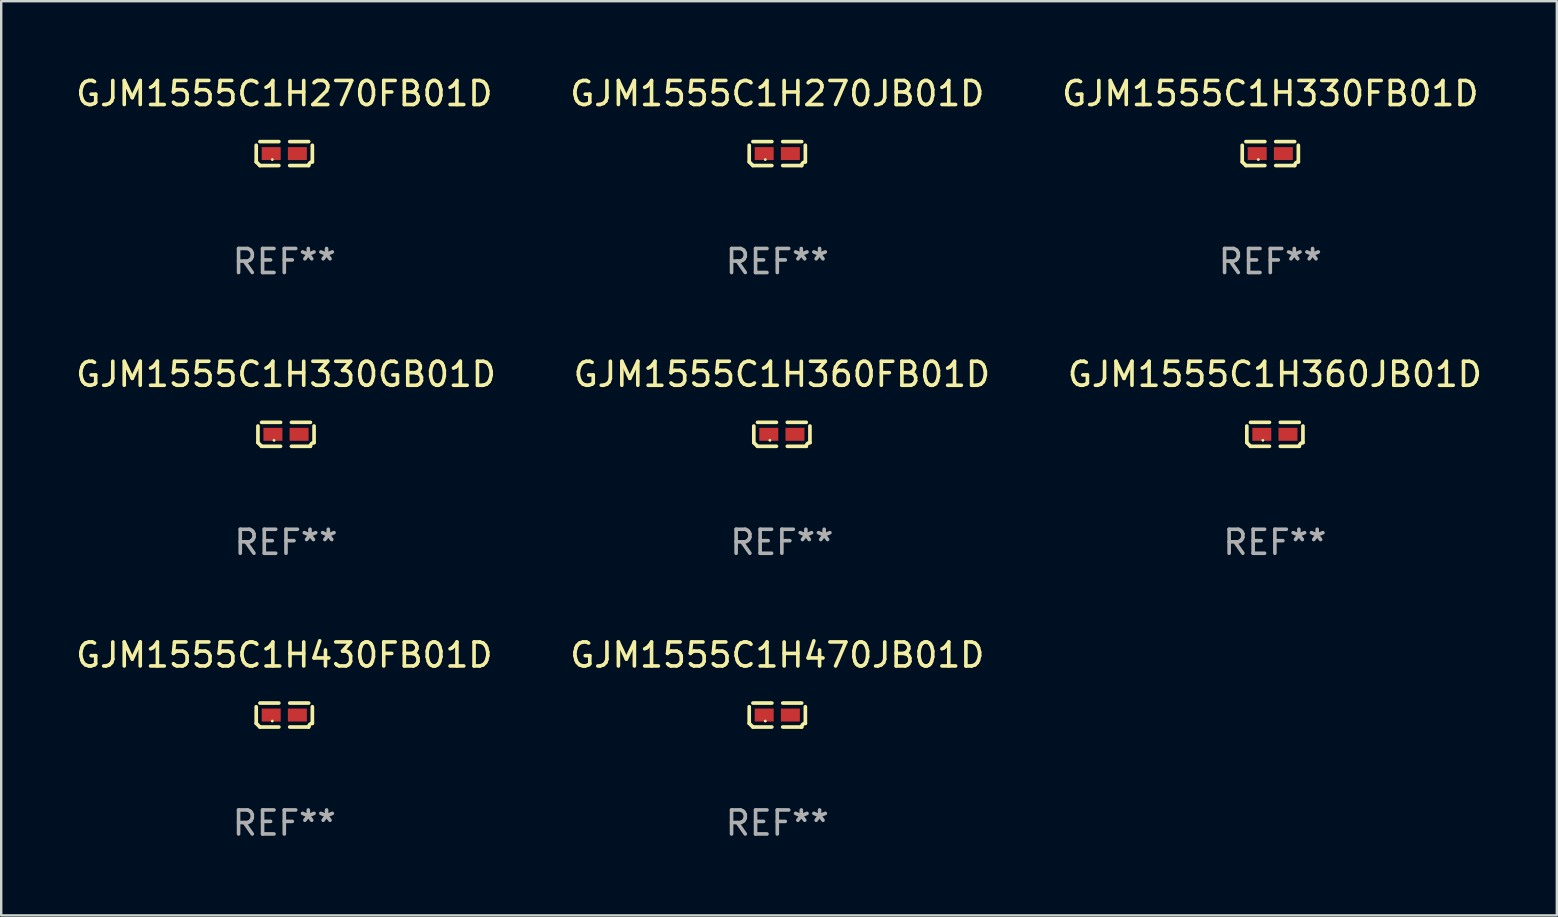
<source format=kicad_pcb>
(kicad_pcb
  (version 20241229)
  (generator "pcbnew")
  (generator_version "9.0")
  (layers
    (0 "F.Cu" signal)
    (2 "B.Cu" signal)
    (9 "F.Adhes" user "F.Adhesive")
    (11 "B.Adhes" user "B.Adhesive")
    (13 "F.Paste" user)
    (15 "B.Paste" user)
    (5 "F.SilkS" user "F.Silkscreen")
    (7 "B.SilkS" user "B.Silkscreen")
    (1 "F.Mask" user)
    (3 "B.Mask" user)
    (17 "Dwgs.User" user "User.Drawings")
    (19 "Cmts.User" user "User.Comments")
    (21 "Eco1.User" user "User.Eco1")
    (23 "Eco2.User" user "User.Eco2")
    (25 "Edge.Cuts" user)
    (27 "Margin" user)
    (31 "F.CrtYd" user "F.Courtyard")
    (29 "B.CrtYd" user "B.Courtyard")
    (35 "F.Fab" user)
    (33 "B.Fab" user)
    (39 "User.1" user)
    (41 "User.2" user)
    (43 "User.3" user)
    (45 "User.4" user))
  (footprint "GJM1555C1H470JB01D"
    (layer "F.Cu")
    (at 29.327 26.734)
    (property "Reference" "GJM1555C1H470JB01D" (at 0 -2.499 0) (layer "F.SilkS") (effects (font (size 1 1) (thickness 0.15))))
    (attr through_hole)
    (fp_line (start -1.169 0.346) (end -1.169 -0.346) (stroke (width 0.152) (type solid)) (layer "F.SilkS"))
    (fp_line (start -1.016 -0.499) (end -0.226 -0.499) (stroke (width 0.152) (type solid)) (layer "F.SilkS"))
    (fp_line (start -0.226 0.499) (end -1.016 0.499) (stroke (width 0.152) (type solid)) (layer "F.SilkS"))
    (fp_line (start 0.226 0.499) (end 1.016 0.499) (stroke (width 0.152) (type solid)) (layer "F.SilkS"))
    (fp_line (start 1.016 -0.499) (end 0.226 -0.499) (stroke (width 0.152) (type solid)) (layer "F.SilkS"))
    (fp_line (start 1.169 0.346) (end 1.169 -0.346) (stroke (width 0.152) (type solid)) (layer "F.SilkS"))
    (fp_arc (start -1.016307 0.498603) (mid -1.092512 0.422405) (end -1.16871 0.3462) (stroke (width 0.1524) (type solid)) (layer "F.SilkS"))
    (fp_arc (start 1.016307 0.498603) (mid 1.060899 0.390758) (end 1.168707 0.346076) (stroke (width 0.1524) (type solid)) (layer "F.SilkS"))
    (fp_circle (center -0.5 0.25) (end -0.47 0.25) (stroke (width 0.06) (type solid)) (fill no) (layer "F.SilkS"))
    (fp_text user "REF**" (at 0 4.499 0) (layer "F.Fab") (effects (font (size 1 1) (thickness 0.15))))
    (pad "1" smd rect (at -0.545 0) (size 0.79 0.54) (layers "F.Cu" "F.Mask" "F.Paste"))
    (pad "2" smd rect (at 0.545 0) (size 0.79 0.54) (layers "F.Cu" "F.Mask" "F.Paste")))
  (footprint "GJM1555C1H330GB01D"
    (layer "F.Cu")
    (at 8.863 15.041)
    (property "Reference" "GJM1555C1H330GB01D" (at 0 -2.499 0) (layer "F.SilkS") (effects (font (size 1 1) (thickness 0.15))))
    (attr through_hole)
    (fp_line (start -1.169 0.346) (end -1.169 -0.346) (stroke (width 0.152) (type solid)) (layer "F.SilkS"))
    (fp_line (start -1.016 -0.499) (end -0.226 -0.499) (stroke (width 0.152) (type solid)) (layer "F.SilkS"))
    (fp_line (start -0.226 0.499) (end -1.016 0.499) (stroke (width 0.152) (type solid)) (layer "F.SilkS"))
    (fp_line (start 0.226 0.499) (end 1.016 0.499) (stroke (width 0.152) (type solid)) (layer "F.SilkS"))
    (fp_line (start 1.016 -0.499) (end 0.226 -0.499) (stroke (width 0.152) (type solid)) (layer "F.SilkS"))
    (fp_line (start 1.169 0.346) (end 1.169 -0.346) (stroke (width 0.152) (type solid)) (layer "F.SilkS"))
    (fp_arc (start -1.016307 0.498603) (mid -1.092512 0.422405) (end -1.16871 0.3462) (stroke (width 0.1524) (type solid)) (layer "F.SilkS"))
    (fp_arc (start 1.016307 0.498603) (mid 1.060899 0.390758) (end 1.168707 0.346076) (stroke (width 0.1524) (type solid)) (layer "F.SilkS"))
    (fp_circle (center -0.5 0.25) (end -0.47 0.25) (stroke (width 0.06) (type solid)) (fill no) (layer "F.SilkS"))
    (fp_text user "REF**" (at 0 4.499 0) (layer "F.Fab") (effects (font (size 1 1) (thickness 0.15))))
    (pad "1" smd rect (at -0.545 0) (size 0.79 0.54) (layers "F.Cu" "F.Mask" "F.Paste"))
    (pad "2" smd rect (at 0.545 0) (size 0.79 0.54) (layers "F.Cu" "F.Mask" "F.Paste")))
  (footprint "GJM1555C1H270FB01D"
    (layer "F.Cu")
    (at 8.792 3.347)
    (property "Reference" "GJM1555C1H270FB01D" (at 0 -2.499 0) (layer "F.SilkS") (effects (font (size 1 1) (thickness 0.15))))
    (attr through_hole)
    (fp_line (start -1.169 0.346) (end -1.169 -0.346) (stroke (width 0.152) (type solid)) (layer "F.SilkS"))
    (fp_line (start -1.016 -0.499) (end -0.226 -0.499) (stroke (width 0.152) (type solid)) (layer "F.SilkS"))
    (fp_line (start -0.226 0.499) (end -1.016 0.499) (stroke (width 0.152) (type solid)) (layer "F.SilkS"))
    (fp_line (start 0.226 0.499) (end 1.016 0.499) (stroke (width 0.152) (type solid)) (layer "F.SilkS"))
    (fp_line (start 1.016 -0.499) (end 0.226 -0.499) (stroke (width 0.152) (type solid)) (layer "F.SilkS"))
    (fp_line (start 1.169 0.346) (end 1.169 -0.346) (stroke (width 0.152) (type solid)) (layer "F.SilkS"))
    (fp_arc (start -1.016307 0.498603) (mid -1.092512 0.422405) (end -1.16871 0.3462) (stroke (width 0.1524) (type solid)) (layer "F.SilkS"))
    (fp_arc (start 1.016307 0.498603) (mid 1.060899 0.390758) (end 1.168707 0.346076) (stroke (width 0.1524) (type solid)) (layer "F.SilkS"))
    (fp_circle (center -0.5 0.25) (end -0.47 0.25) (stroke (width 0.06) (type solid)) (fill no) (layer "F.SilkS"))
    (fp_text user "REF**" (at 0 4.499 0) (layer "F.Fab") (effects (font (size 1 1) (thickness 0.15))))
    (pad "1" smd rect (at -0.545 0) (size 0.79 0.54) (layers "F.Cu" "F.Mask" "F.Paste"))
    (pad "2" smd rect (at 0.545 0) (size 0.79 0.54) (layers "F.Cu" "F.Mask" "F.Paste")))
  (footprint "GJM1555C1H360FB01D"
    (layer "F.Cu")
    (at 29.518 15.041)
    (property "Reference" "GJM1555C1H360FB01D" (at 0 -2.499 0) (layer "F.SilkS") (effects (font (size 1 1) (thickness 0.15))))
    (attr through_hole)
    (fp_line (start -1.169 0.346) (end -1.169 -0.346) (stroke (width 0.152) (type solid)) (layer "F.SilkS"))
    (fp_line (start -1.016 -0.499) (end -0.226 -0.499) (stroke (width 0.152) (type solid)) (layer "F.SilkS"))
    (fp_line (start -0.226 0.499) (end -1.016 0.499) (stroke (width 0.152) (type solid)) (layer "F.SilkS"))
    (fp_line (start 0.226 0.499) (end 1.016 0.499) (stroke (width 0.152) (type solid)) (layer "F.SilkS"))
    (fp_line (start 1.016 -0.499) (end 0.226 -0.499) (stroke (width 0.152) (type solid)) (layer "F.SilkS"))
    (fp_line (start 1.169 0.346) (end 1.169 -0.346) (stroke (width 0.152) (type solid)) (layer "F.SilkS"))
    (fp_arc (start -1.016307 0.498603) (mid -1.092512 0.422405) (end -1.16871 0.3462) (stroke (width 0.1524) (type solid)) (layer "F.SilkS"))
    (fp_arc (start 1.016307 0.498603) (mid 1.060899 0.390758) (end 1.168707 0.346076) (stroke (width 0.1524) (type solid)) (layer "F.SilkS"))
    (fp_circle (center -0.5 0.25) (end -0.47 0.25) (stroke (width 0.06) (type solid)) (fill no) (layer "F.SilkS"))
    (fp_text user "REF**" (at 0 4.499 0) (layer "F.Fab") (effects (font (size 1 1) (thickness 0.15))))
    (pad "1" smd rect (at -0.545 0) (size 0.79 0.54) (layers "F.Cu" "F.Mask" "F.Paste"))
    (pad "2" smd rect (at 0.545 0) (size 0.79 0.54) (layers "F.Cu" "F.Mask" "F.Paste")))
  (footprint "GJM1555C1H430FB01D"
    (layer "F.Cu")
    (at 8.792 26.734)
    (property "Reference" "GJM1555C1H430FB01D" (at 0 -2.499 0) (layer "F.SilkS") (effects (font (size 1 1) (thickness 0.15))))
    (attr through_hole)
    (fp_line (start -1.169 0.346) (end -1.169 -0.346) (stroke (width 0.152) (type solid)) (layer "F.SilkS"))
    (fp_line (start -1.016 -0.499) (end -0.226 -0.499) (stroke (width 0.152) (type solid)) (layer "F.SilkS"))
    (fp_line (start -0.226 0.499) (end -1.016 0.499) (stroke (width 0.152) (type solid)) (layer "F.SilkS"))
    (fp_line (start 0.226 0.499) (end 1.016 0.499) (stroke (width 0.152) (type solid)) (layer "F.SilkS"))
    (fp_line (start 1.016 -0.499) (end 0.226 -0.499) (stroke (width 0.152) (type solid)) (layer "F.SilkS"))
    (fp_line (start 1.169 0.346) (end 1.169 -0.346) (stroke (width 0.152) (type solid)) (layer "F.SilkS"))
    (fp_arc (start -1.016307 0.498603) (mid -1.092512 0.422405) (end -1.16871 0.3462) (stroke (width 0.1524) (type solid)) (layer "F.SilkS"))
    (fp_arc (start 1.016307 0.498603) (mid 1.060899 0.390758) (end 1.168707 0.346076) (stroke (width 0.1524) (type solid)) (layer "F.SilkS"))
    (fp_circle (center -0.5 0.25) (end -0.47 0.25) (stroke (width 0.06) (type solid)) (fill no) (layer "F.SilkS"))
    (fp_text user "REF**" (at 0 4.499 0) (layer "F.Fab") (effects (font (size 1 1) (thickness 0.15))))
    (pad "1" smd rect (at -0.545 0) (size 0.79 0.54) (layers "F.Cu" "F.Mask" "F.Paste"))
    (pad "2" smd rect (at 0.545 0) (size 0.79 0.54) (layers "F.Cu" "F.Mask" "F.Paste")))
  (footprint "GJM1555C1H270JB01D"
    (layer "F.Cu")
    (at 29.327 3.347)
    (property "Reference" "GJM1555C1H270JB01D" (at 0 -2.499 0) (layer "F.SilkS") (effects (font (size 1 1) (thickness 0.15))))
    (attr through_hole)
    (fp_line (start -1.169 0.346) (end -1.169 -0.346) (stroke (width 0.152) (type solid)) (layer "F.SilkS"))
    (fp_line (start -1.016 -0.499) (end -0.226 -0.499) (stroke (width 0.152) (type solid)) (layer "F.SilkS"))
    (fp_line (start -0.226 0.499) (end -1.016 0.499) (stroke (width 0.152) (type solid)) (layer "F.SilkS"))
    (fp_line (start 0.226 0.499) (end 1.016 0.499) (stroke (width 0.152) (type solid)) (layer "F.SilkS"))
    (fp_line (start 1.016 -0.499) (end 0.226 -0.499) (stroke (width 0.152) (type solid)) (layer "F.SilkS"))
    (fp_line (start 1.169 0.346) (end 1.169 -0.346) (stroke (width 0.152) (type solid)) (layer "F.SilkS"))
    (fp_arc (start -1.016307 0.498603) (mid -1.092512 0.422405) (end -1.16871 0.3462) (stroke (width 0.1524) (type solid)) (layer "F.SilkS"))
    (fp_arc (start 1.016307 0.498603) (mid 1.060899 0.390758) (end 1.168707 0.346076) (stroke (width 0.1524) (type solid)) (layer "F.SilkS"))
    (fp_circle (center -0.5 0.25) (end -0.47 0.25) (stroke (width 0.06) (type solid)) (fill no) (layer "F.SilkS"))
    (fp_text user "REF**" (at 0 4.499 0) (layer "F.Fab") (effects (font (size 1 1) (thickness 0.15))))
    (pad "1" smd rect (at -0.545 0) (size 0.79 0.54) (layers "F.Cu" "F.Mask" "F.Paste"))
    (pad "2" smd rect (at 0.545 0) (size 0.79 0.54) (layers "F.Cu" "F.Mask" "F.Paste")))
  (footprint "GJM1555C1H360JB01D"
    (layer "F.Cu")
    (at 50.054 15.041)
    (property "Reference" "GJM1555C1H360JB01D" (at 0 -2.499 0) (layer "F.SilkS") (effects (font (size 1 1) (thickness 0.15))))
    (attr through_hole)
    (fp_line (start -1.169 0.346) (end -1.169 -0.346) (stroke (width 0.152) (type solid)) (layer "F.SilkS"))
    (fp_line (start -1.016 -0.499) (end -0.226 -0.499) (stroke (width 0.152) (type solid)) (layer "F.SilkS"))
    (fp_line (start -0.226 0.499) (end -1.016 0.499) (stroke (width 0.152) (type solid)) (layer "F.SilkS"))
    (fp_line (start 0.226 0.499) (end 1.016 0.499) (stroke (width 0.152) (type solid)) (layer "F.SilkS"))
    (fp_line (start 1.016 -0.499) (end 0.226 -0.499) (stroke (width 0.152) (type solid)) (layer "F.SilkS"))
    (fp_line (start 1.169 0.346) (end 1.169 -0.346) (stroke (width 0.152) (type solid)) (layer "F.SilkS"))
    (fp_arc (start -1.016307 0.498603) (mid -1.092512 0.422405) (end -1.16871 0.3462) (stroke (width 0.1524) (type solid)) (layer "F.SilkS"))
    (fp_arc (start 1.016307 0.498603) (mid 1.060899 0.390758) (end 1.168707 0.346076) (stroke (width 0.1524) (type solid)) (layer "F.SilkS"))
    (fp_circle (center -0.5 0.25) (end -0.47 0.25) (stroke (width 0.06) (type solid)) (fill no) (layer "F.SilkS"))
    (fp_text user "REF**" (at 0 4.499 0) (layer "F.Fab") (effects (font (size 1 1) (thickness 0.15))))
    (pad "1" smd rect (at -0.545 0) (size 0.79 0.54) (layers "F.Cu" "F.Mask" "F.Paste"))
    (pad "2" smd rect (at 0.545 0) (size 0.79 0.54) (layers "F.Cu" "F.Mask" "F.Paste")))
  (footprint "GJM1555C1H330FB01D"
    (layer "F.Cu")
    (at 49.863 3.347)
    (property "Reference" "GJM1555C1H330FB01D" (at 0 -2.499 0) (layer "F.SilkS") (effects (font (size 1 1) (thickness 0.15))))
    (attr through_hole)
    (fp_line (start -1.169 0.346) (end -1.169 -0.346) (stroke (width 0.152) (type solid)) (layer "F.SilkS"))
    (fp_line (start -1.016 -0.499) (end -0.226 -0.499) (stroke (width 0.152) (type solid)) (layer "F.SilkS"))
    (fp_line (start -0.226 0.499) (end -1.016 0.499) (stroke (width 0.152) (type solid)) (layer "F.SilkS"))
    (fp_line (start 0.226 0.499) (end 1.016 0.499) (stroke (width 0.152) (type solid)) (layer "F.SilkS"))
    (fp_line (start 1.016 -0.499) (end 0.226 -0.499) (stroke (width 0.152) (type solid)) (layer "F.SilkS"))
    (fp_line (start 1.169 0.346) (end 1.169 -0.346) (stroke (width 0.152) (type solid)) (layer "F.SilkS"))
    (fp_arc (start -1.016307 0.498603) (mid -1.092512 0.422405) (end -1.16871 0.3462) (stroke (width 0.1524) (type solid)) (layer "F.SilkS"))
    (fp_arc (start 1.016307 0.498603) (mid 1.060899 0.390758) (end 1.168707 0.346076) (stroke (width 0.1524) (type solid)) (layer "F.SilkS"))
    (fp_circle (center -0.5 0.25) (end -0.47 0.25) (stroke (width 0.06) (type solid)) (fill no) (layer "F.SilkS"))
    (fp_text user "REF**" (at 0 4.499 0) (layer "F.Fab") (effects (font (size 1 1) (thickness 0.15))))
    (pad "1" smd rect (at -0.545 0) (size 0.79 0.54) (layers "F.Cu" "F.Mask" "F.Paste"))
    (pad "2" smd rect (at 0.545 0) (size 0.79 0.54) (layers "F.Cu" "F.Mask" "F.Paste")))
  (gr_rect
    (start -3 -3)
    (end 61.798 35.081)
    (stroke (width 0.1) (type default))
    (fill no)
    (layer "Edge.Cuts")))
</source>
